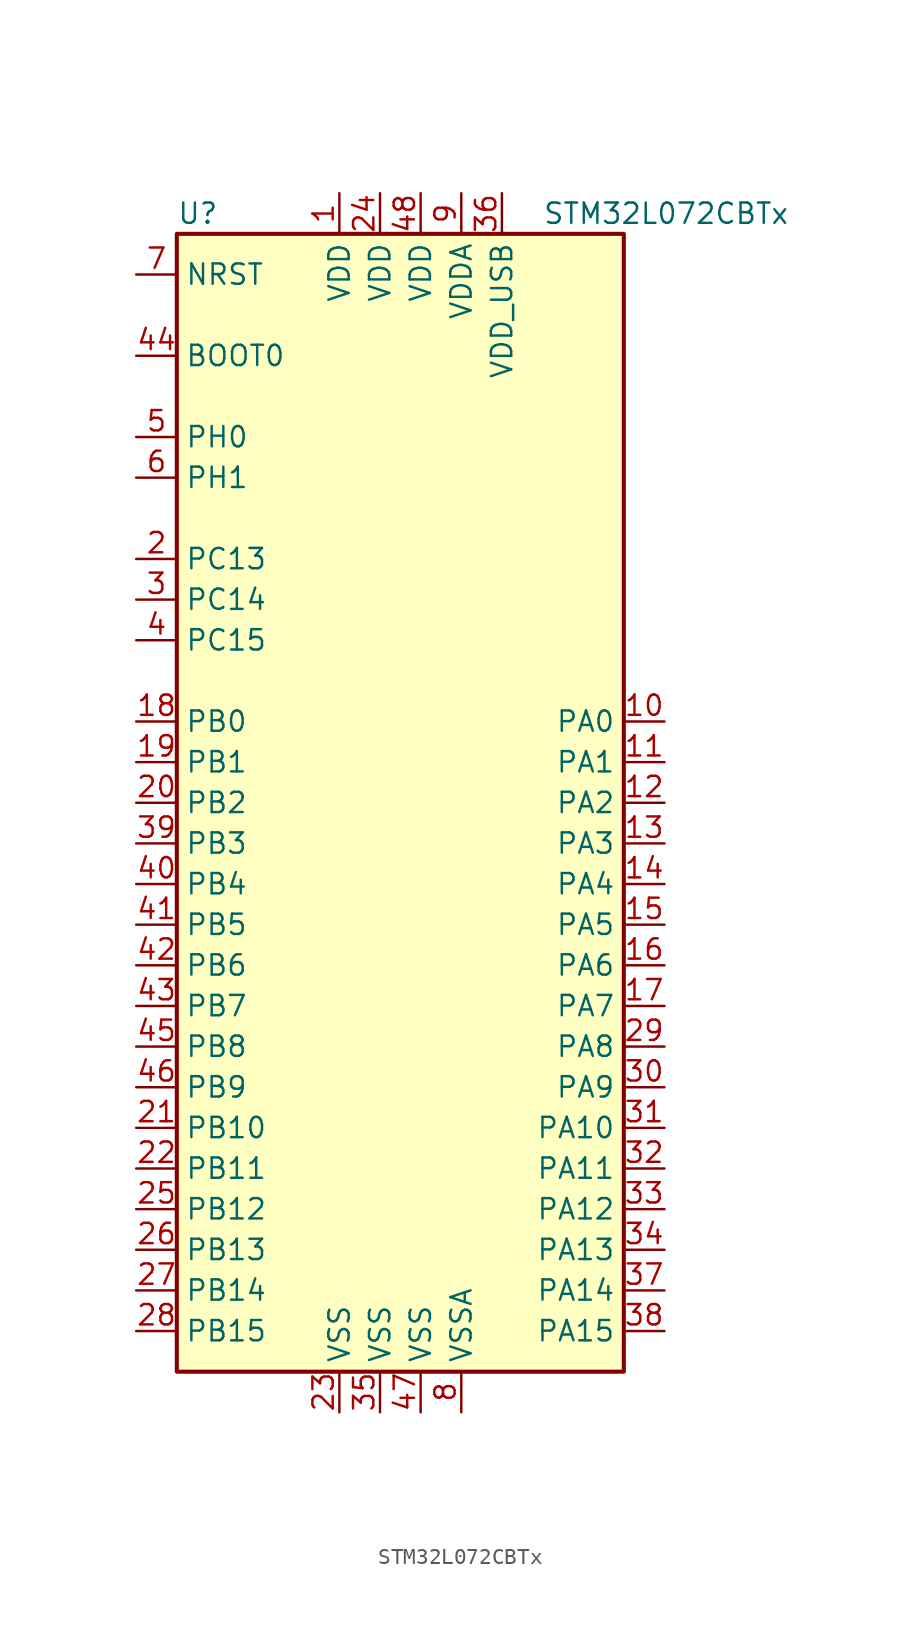
<source format=kicad_sym>
(kicad_symbol_lib
  (version 20201005)
  (generator kicad_symbol_editor)
  (symbol "MCU_ST_STM32L0:STM32L072CBTx"
    (property "Reference" "U"
      (at -15.24 36.83 0)
      (effects (font (size 1.27 1.27)) (justify left)))
    (property "Value" "STM32L072CBTx"
      (at 7.62 36.83 0)
      (effects (font (size 1.27 1.27)) (justify left)))
    (symbol "STM32L072CBTx_0_1"
      (rectangle (start -15.24 -35.56) (end 12.7 35.56) (stroke (width 0.254)) (fill (type background))))
    (symbol "STM32L072CBTx_1_1"
      (pin input line (at -17.78 27.94 0) (length 2.54) (name "BOOT0" (effects (font (size 1.27 1.27)))) (number "44" (effects (font (size 1.27 1.27)))))
      (pin input line (at -17.78 33.02 0) (length 2.54) (name "NRST" (effects (font (size 1.27 1.27)))) (number "7" (effects (font (size 1.27 1.27)))))
      (pin bidirectional line (at 15.24 5.08 180) (length 2.54) (name "PA0" (effects (font (size 1.27 1.27)))) (number "10" (effects (font (size 1.27 1.27)))))
      (pin bidirectional line (at 15.24 2.54 180) (length 2.54) (name "PA1" (effects (font (size 1.27 1.27)))) (number "11" (effects (font (size 1.27 1.27)))))
      (pin bidirectional line (at 15.24 -20.32 180) (length 2.54) (name "PA10" (effects (font (size 1.27 1.27)))) (number "31" (effects (font (size 1.27 1.27)))))
      (pin bidirectional line (at 15.24 -22.86 180) (length 2.54) (name "PA11" (effects (font (size 1.27 1.27)))) (number "32" (effects (font (size 1.27 1.27)))))
      (pin bidirectional line (at 15.24 -25.4 180) (length 2.54) (name "PA12" (effects (font (size 1.27 1.27)))) (number "33" (effects (font (size 1.27 1.27)))))
      (pin bidirectional line (at 15.24 -27.94 180) (length 2.54) (name "PA13" (effects (font (size 1.27 1.27)))) (number "34" (effects (font (size 1.27 1.27)))))
      (pin bidirectional line (at 15.24 -30.48 180) (length 2.54) (name "PA14" (effects (font (size 1.27 1.27)))) (number "37" (effects (font (size 1.27 1.27)))))
      (pin bidirectional line (at 15.24 -33.02 180) (length 2.54) (name "PA15" (effects (font (size 1.27 1.27)))) (number "38" (effects (font (size 1.27 1.27)))))
      (pin bidirectional line (at 15.24 0 180) (length 2.54) (name "PA2" (effects (font (size 1.27 1.27)))) (number "12" (effects (font (size 1.27 1.27)))))
      (pin bidirectional line (at 15.24 -2.54 180) (length 2.54) (name "PA3" (effects (font (size 1.27 1.27)))) (number "13" (effects (font (size 1.27 1.27)))))
      (pin bidirectional line (at 15.24 -5.08 180) (length 2.54) (name "PA4" (effects (font (size 1.27 1.27)))) (number "14" (effects (font (size 1.27 1.27)))))
      (pin bidirectional line (at 15.24 -7.62 180) (length 2.54) (name "PA5" (effects (font (size 1.27 1.27)))) (number "15" (effects (font (size 1.27 1.27)))))
      (pin bidirectional line (at 15.24 -10.16 180) (length 2.54) (name "PA6" (effects (font (size 1.27 1.27)))) (number "16" (effects (font (size 1.27 1.27)))))
      (pin bidirectional line (at 15.24 -12.7 180) (length 2.54) (name "PA7" (effects (font (size 1.27 1.27)))) (number "17" (effects (font (size 1.27 1.27)))))
      (pin bidirectional line (at 15.24 -15.24 180) (length 2.54) (name "PA8" (effects (font (size 1.27 1.27)))) (number "29" (effects (font (size 1.27 1.27)))))
      (pin bidirectional line (at 15.24 -17.78 180) (length 2.54) (name "PA9" (effects (font (size 1.27 1.27)))) (number "30" (effects (font (size 1.27 1.27)))))
      (pin bidirectional line (at -17.78 5.08 0) (length 2.54) (name "PB0" (effects (font (size 1.27 1.27)))) (number "18" (effects (font (size 1.27 1.27)))))
      (pin bidirectional line (at -17.78 2.54 0) (length 2.54) (name "PB1" (effects (font (size 1.27 1.27)))) (number "19" (effects (font (size 1.27 1.27)))))
      (pin bidirectional line (at -17.78 -20.32 0) (length 2.54) (name "PB10" (effects (font (size 1.27 1.27)))) (number "21" (effects (font (size 1.27 1.27)))))
      (pin bidirectional line (at -17.78 -22.86 0) (length 2.54) (name "PB11" (effects (font (size 1.27 1.27)))) (number "22" (effects (font (size 1.27 1.27)))))
      (pin bidirectional line (at -17.78 -25.4 0) (length 2.54) (name "PB12" (effects (font (size 1.27 1.27)))) (number "25" (effects (font (size 1.27 1.27)))))
      (pin bidirectional line (at -17.78 -27.94 0) (length 2.54) (name "PB13" (effects (font (size 1.27 1.27)))) (number "26" (effects (font (size 1.27 1.27)))))
      (pin bidirectional line (at -17.78 -30.48 0) (length 2.54) (name "PB14" (effects (font (size 1.27 1.27)))) (number "27" (effects (font (size 1.27 1.27)))))
      (pin bidirectional line (at -17.78 -33.02 0) (length 2.54) (name "PB15" (effects (font (size 1.27 1.27)))) (number "28" (effects (font (size 1.27 1.27)))))
      (pin bidirectional line (at -17.78 0 0) (length 2.54) (name "PB2" (effects (font (size 1.27 1.27)))) (number "20" (effects (font (size 1.27 1.27)))))
      (pin bidirectional line (at -17.78 -2.54 0) (length 2.54) (name "PB3" (effects (font (size 1.27 1.27)))) (number "39" (effects (font (size 1.27 1.27)))))
      (pin bidirectional line (at -17.78 -5.08 0) (length 2.54) (name "PB4" (effects (font (size 1.27 1.27)))) (number "40" (effects (font (size 1.27 1.27)))))
      (pin bidirectional line (at -17.78 -7.62 0) (length 2.54) (name "PB5" (effects (font (size 1.27 1.27)))) (number "41" (effects (font (size 1.27 1.27)))))
      (pin bidirectional line (at -17.78 -10.16 0) (length 2.54) (name "PB6" (effects (font (size 1.27 1.27)))) (number "42" (effects (font (size 1.27 1.27)))))
      (pin bidirectional line (at -17.78 -12.7 0) (length 2.54) (name "PB7" (effects (font (size 1.27 1.27)))) (number "43" (effects (font (size 1.27 1.27)))))
      (pin bidirectional line (at -17.78 -15.24 0) (length 2.54) (name "PB8" (effects (font (size 1.27 1.27)))) (number "45" (effects (font (size 1.27 1.27)))))
      (pin bidirectional line (at -17.78 -17.78 0) (length 2.54) (name "PB9" (effects (font (size 1.27 1.27)))) (number "46" (effects (font (size 1.27 1.27)))))
      (pin bidirectional line (at -17.78 15.24 0) (length 2.54) (name "PC13" (effects (font (size 1.27 1.27)))) (number "2" (effects (font (size 1.27 1.27)))))
      (pin bidirectional line (at -17.78 12.7 0) (length 2.54) (name "PC14" (effects (font (size 1.27 1.27)))) (number "3" (effects (font (size 1.27 1.27)))))
      (pin bidirectional line (at -17.78 10.16 0) (length 2.54) (name "PC15" (effects (font (size 1.27 1.27)))) (number "4" (effects (font (size 1.27 1.27)))))
      (pin input line (at -17.78 22.86 0) (length 2.54) (name "PH0" (effects (font (size 1.27 1.27)))) (number "5" (effects (font (size 1.27 1.27)))))
      (pin input line (at -17.78 20.32 0) (length 2.54) (name "PH1" (effects (font (size 1.27 1.27)))) (number "6" (effects (font (size 1.27 1.27)))))
      (pin power_in line (at -5.08 38.1 270) (length 2.54) (name "VDD" (effects (font (size 1.27 1.27)))) (number "1" (effects (font (size 1.27 1.27)))))
      (pin power_in line (at -2.54 38.1 270) (length 2.54) (name "VDD" (effects (font (size 1.27 1.27)))) (number "24" (effects (font (size 1.27 1.27)))))
      (pin power_in line (at 0 38.1 270) (length 2.54) (name "VDD" (effects (font (size 1.27 1.27)))) (number "48" (effects (font (size 1.27 1.27)))))
      (pin power_in line (at 2.54 38.1 270) (length 2.54) (name "VDDA" (effects (font (size 1.27 1.27)))) (number "9" (effects (font (size 1.27 1.27)))))
      (pin power_in line (at 5.08 38.1 270) (length 2.54) (name "VDD_USB" (effects (font (size 1.27 1.27)))) (number "36" (effects (font (size 1.27 1.27)))))
      (pin power_in line (at -5.08 -38.1 90) (length 2.54) (name "VSS" (effects (font (size 1.27 1.27)))) (number "23" (effects (font (size 1.27 1.27)))))
      (pin power_in line (at -2.54 -38.1 90) (length 2.54) (name "VSS" (effects (font (size 1.27 1.27)))) (number "35" (effects (font (size 1.27 1.27)))))
      (pin power_in line (at 0 -38.1 90) (length 2.54) (name "VSS" (effects (font (size 1.27 1.27)))) (number "47" (effects (font (size 1.27 1.27)))))
      (pin power_in line (at 2.54 -38.1 90) (length 2.54) (name "VSSA" (effects (font (size 1.27 1.27)))) (number "8" (effects (font (size 1.27 1.27))))))))
</source>
